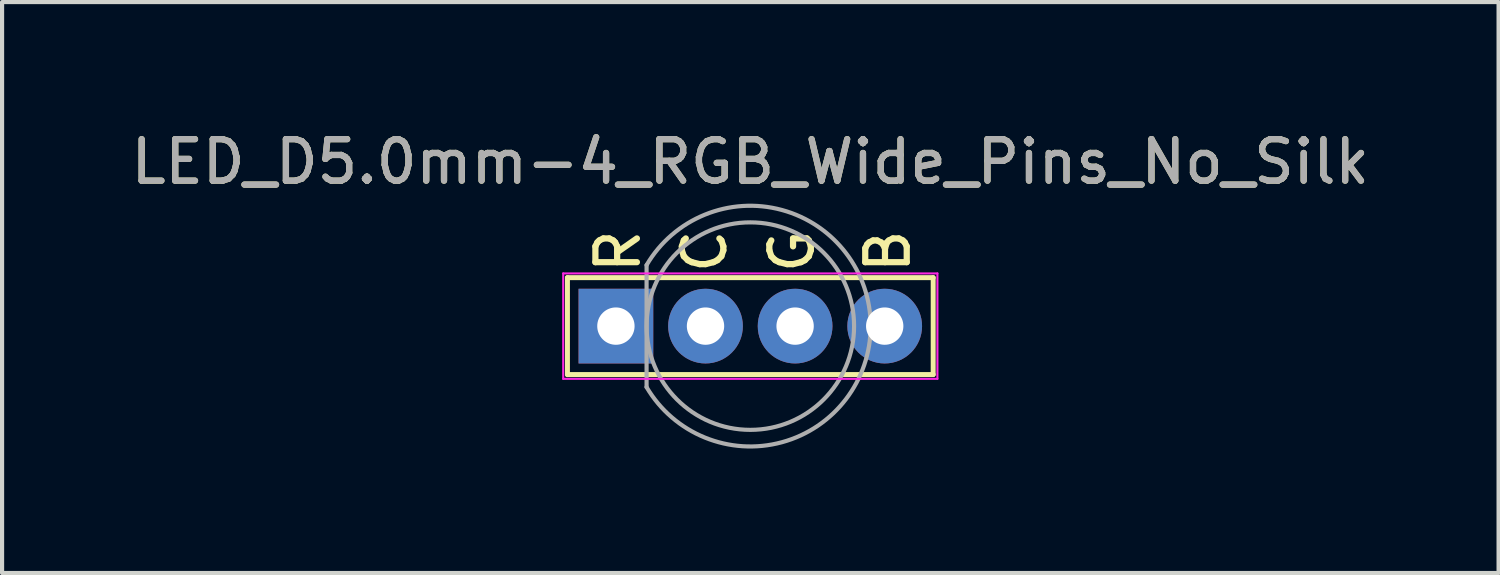
<source format=kicad_pcb>
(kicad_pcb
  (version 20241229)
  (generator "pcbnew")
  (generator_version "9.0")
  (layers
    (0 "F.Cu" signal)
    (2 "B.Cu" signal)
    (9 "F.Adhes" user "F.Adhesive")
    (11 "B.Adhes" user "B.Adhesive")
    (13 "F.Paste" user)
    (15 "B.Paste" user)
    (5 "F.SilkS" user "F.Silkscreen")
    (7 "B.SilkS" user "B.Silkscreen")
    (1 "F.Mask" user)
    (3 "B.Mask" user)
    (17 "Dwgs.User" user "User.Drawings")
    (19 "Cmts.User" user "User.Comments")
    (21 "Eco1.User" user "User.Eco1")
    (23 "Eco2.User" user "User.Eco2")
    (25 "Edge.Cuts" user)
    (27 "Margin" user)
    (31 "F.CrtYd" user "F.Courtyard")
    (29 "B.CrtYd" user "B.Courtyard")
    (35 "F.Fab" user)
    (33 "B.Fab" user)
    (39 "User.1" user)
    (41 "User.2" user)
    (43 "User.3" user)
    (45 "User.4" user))
  (footprint "LED_D5.0mm-4_RGB_Wide_Pins_No_Silk"
    (layer "F.Cu")
    (at 11.791 4.808)
    (property "Reference" "LED_D5.0mm-4_RGB_Wide_Pins_No_Silk" (at 3.239 -3.96 0) (layer "F.SilkS") (effects (font (size 1 1) (thickness 0.15))))
    (attr through_hole)
    (fp_line (start -1.168 -1.168) (end 7.645 -1.168) (stroke (width 0.12) (type solid)) (layer "F.SilkS"))
    (fp_line (start -1.168 1.168) (end -1.168 -1.168) (stroke (width 0.12) (type solid)) (layer "F.SilkS"))
    (fp_line (start 7.645 -1.168) (end 7.645 1.168) (stroke (width 0.12) (type solid)) (layer "F.SilkS"))
    (fp_line (start 7.645 1.168) (end -1.168 1.168) (stroke (width 0.12) (type solid)) (layer "F.SilkS"))
    (fp_line (start -1.27 -1.27) (end -1.27 1.27) (stroke (width 0.05) (type solid)) (layer "F.CrtYd"))
    (fp_line (start -1.27 1.27) (end 7.747 1.27) (stroke (width 0.05) (type solid)) (layer "F.CrtYd"))
    (fp_line (start 7.747 -1.27) (end -1.27 -1.27) (stroke (width 0.05) (type solid)) (layer "F.CrtYd"))
    (fp_line (start 7.747 1.27) (end 7.747 -1.27) (stroke (width 0.05) (type solid)) (layer "F.CrtYd"))
    (fp_line (start 0.739 -1.47) (end 0.739 1.47) (stroke (width 0.1) (type solid)) (layer "F.Fab"))
    (fp_arc (start 0.7385 -1.469694) (mid 6.1385 0.000016) (end 0.738484 1.469666) (stroke (width 0.1) (type solid)) (layer "F.Fab"))
    (fp_circle (center 3.239 0) (end 5.739 0) (stroke (width 0.1) (type solid)) (fill no) (layer "F.Fab"))
    (fp_text user "R" (at 0.051 -1.803 90) (layer "F.SilkS") (effects (font (size 1 1) (thickness 0.15))))
    (fp_text user "B" (at 6.553 -1.803 90) (layer "F.SilkS") (effects (font (size 1 1) (thickness 0.15))))
    (fp_text user "G" (at 4.242 -1.803 90) (layer "F.SilkS") (effects (font (size 1 1) (thickness 0.15))))
    (fp_text user "C" (at 2.134 -1.803 90) (layer "F.SilkS") (effects (font (size 1 1) (thickness 0.15))))
    (fp_text user "${REFERENCE}" (at 3.239 -3.96 0) (layer "F.Fab") (effects (font (size 1 1) (thickness 0.15))))
    (pad "1" thru_hole rect (at 0 0) (size 1.8 1.8) (drill 0.9) (layers "*.Cu" "*.Mask"))
    (pad "2" thru_hole circle (at 4.318 0) (size 1.8 1.8) (drill 0.9) (layers "*.Cu" "*.Mask"))
    (pad "3" thru_hole circle (at 6.477 0) (size 1.8 1.8) (drill 0.9) (layers "*.Cu" "*.Mask"))
    (pad "4" thru_hole circle (at 2.159 0) (size 1.8 1.8) (drill 0.9) (layers "*.Cu" "*.Mask")))
  (gr_rect
    (start -3 -3)
    (end 33.06 10.758)
    (stroke (width 0.1) (type default))
    (fill no)
    (layer "Edge.Cuts")))
</source>
